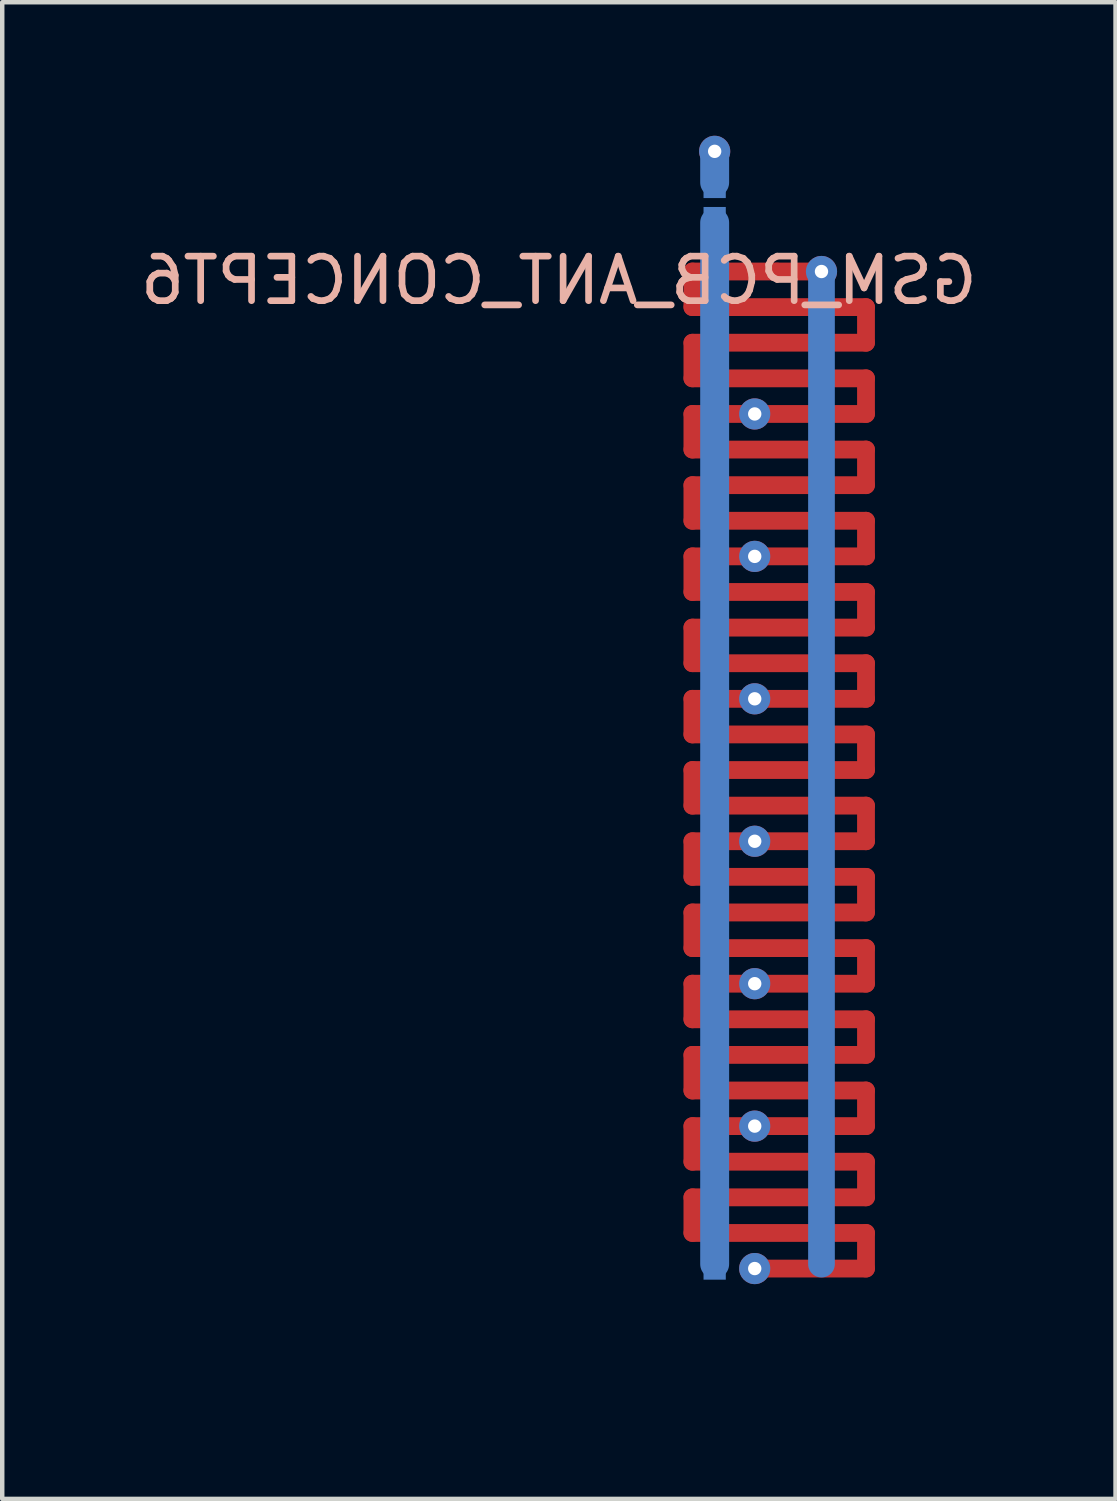
<source format=kicad_pcb>
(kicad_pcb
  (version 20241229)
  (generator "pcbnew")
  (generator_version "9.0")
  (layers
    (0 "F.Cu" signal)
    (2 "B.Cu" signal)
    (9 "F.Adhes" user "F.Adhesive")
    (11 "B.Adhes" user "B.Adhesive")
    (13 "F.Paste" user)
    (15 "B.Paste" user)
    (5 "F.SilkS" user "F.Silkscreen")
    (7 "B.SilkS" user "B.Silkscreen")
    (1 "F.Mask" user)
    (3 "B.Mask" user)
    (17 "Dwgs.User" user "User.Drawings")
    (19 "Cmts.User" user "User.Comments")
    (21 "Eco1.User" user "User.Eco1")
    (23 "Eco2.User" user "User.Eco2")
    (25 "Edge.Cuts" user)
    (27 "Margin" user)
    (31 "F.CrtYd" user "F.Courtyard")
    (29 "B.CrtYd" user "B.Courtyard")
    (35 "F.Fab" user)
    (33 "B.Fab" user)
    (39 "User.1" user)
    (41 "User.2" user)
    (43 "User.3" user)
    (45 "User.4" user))
  (footprint "GSM_PCB_ANT_CONCEPT6"
    (layer "F.Cu")
    (at 14.406 3.05)
    (property "Reference" "GSM_PCB_ANT_CONCEPT6" (at -4.9 0.2 0) (layer "B.SilkS") (effects (font (size 1 1) (thickness 0.15)) (justify mirror)))
    (attr through_hole)
    (fp_line (start -1.9 0) (end -1.9 0.8) (stroke (width 0.4) (type solid)) (layer "F.Cu"))
    (fp_line (start -1.9 1.6) (end -1.9 2.4) (stroke (width 0.4) (type solid)) (layer "F.Cu"))
    (fp_line (start -1.9 3.2) (end -1.9 4) (stroke (width 0.4) (type solid)) (layer "F.Cu"))
    (fp_line (start -1.9 4.8) (end -1.9 5.6) (stroke (width 0.4) (type solid)) (layer "F.Cu"))
    (fp_line (start -1.9 6.4) (end -1.9 7.2) (stroke (width 0.4) (type solid)) (layer "F.Cu"))
    (fp_line (start -1.9 8) (end -1.9 8.8) (stroke (width 0.4) (type solid)) (layer "F.Cu"))
    (fp_line (start -1.9 9.6) (end -1.9 10.4) (stroke (width 0.4) (type solid)) (layer "F.Cu"))
    (fp_line (start -1.9 11.2) (end -1.9 12) (stroke (width 0.4) (type solid)) (layer "F.Cu"))
    (fp_line (start -1.9 12.8) (end -1.9 13.6) (stroke (width 0.4) (type solid)) (layer "F.Cu"))
    (fp_line (start -1.9 14.4) (end -1.9 15.2) (stroke (width 0.4) (type solid)) (layer "F.Cu"))
    (fp_line (start -1.9 16) (end -1.9 16.8) (stroke (width 0.4) (type solid)) (layer "F.Cu"))
    (fp_line (start -1.9 17.6) (end -1.9 18.4) (stroke (width 0.4) (type solid)) (layer "F.Cu"))
    (fp_line (start -1.9 19.2) (end -1.9 20) (stroke (width 0.4) (type solid)) (layer "F.Cu"))
    (fp_line (start -1.9 20.8) (end -1.9 21.6) (stroke (width 0.4) (type solid)) (layer "F.Cu"))
    (fp_line (start 0 0) (end -1.9 0) (stroke (width 0.4) (type solid)) (layer "F.Cu"))
    (fp_line (start 1 0) (end 0 0) (stroke (width 0.4) (type solid)) (layer "F.Cu"))
    (fp_line (start 2 0.8) (end -1.9 0.8) (stroke (width 0.4) (type solid)) (layer "F.Cu"))
    (fp_line (start 2 0.8) (end 2 1.6) (stroke (width 0.4) (type solid)) (layer "F.Cu"))
    (fp_line (start 2 1.6) (end -1.9 1.6) (stroke (width 0.4) (type solid)) (layer "F.Cu"))
    (fp_line (start 2 2.4) (end -1.9 2.4) (stroke (width 0.4) (type solid)) (layer "F.Cu"))
    (fp_line (start 2 2.4) (end 2 3.2) (stroke (width 0.4) (type solid)) (layer "F.Cu"))
    (fp_line (start 2 3.2) (end -1.9 3.2) (stroke (width 0.4) (type solid)) (layer "F.Cu"))
    (fp_line (start 2 4) (end -1.9 4) (stroke (width 0.4) (type solid)) (layer "F.Cu"))
    (fp_line (start 2 4) (end 2 4.8) (stroke (width 0.4) (type solid)) (layer "F.Cu"))
    (fp_line (start 2 4.8) (end -1.9 4.8) (stroke (width 0.4) (type solid)) (layer "F.Cu"))
    (fp_line (start 2 5.6) (end -1.9 5.6) (stroke (width 0.4) (type solid)) (layer "F.Cu"))
    (fp_line (start 2 5.6) (end 2 6.4) (stroke (width 0.4) (type solid)) (layer "F.Cu"))
    (fp_line (start 2 6.4) (end -1.9 6.4) (stroke (width 0.4) (type solid)) (layer "F.Cu"))
    (fp_line (start 2 7.2) (end -1.9 7.2) (stroke (width 0.4) (type solid)) (layer "F.Cu"))
    (fp_line (start 2 7.2) (end 2 8) (stroke (width 0.4) (type solid)) (layer "F.Cu"))
    (fp_line (start 2 8) (end -1.9 8) (stroke (width 0.4) (type solid)) (layer "F.Cu"))
    (fp_line (start 2 8.8) (end -1.9 8.8) (stroke (width 0.4) (type solid)) (layer "F.Cu"))
    (fp_line (start 2 8.8) (end 2 9.6) (stroke (width 0.4) (type solid)) (layer "F.Cu"))
    (fp_line (start 2 9.6) (end -1.9 9.6) (stroke (width 0.4) (type solid)) (layer "F.Cu"))
    (fp_line (start 2 10.4) (end -1.9 10.4) (stroke (width 0.4) (type solid)) (layer "F.Cu"))
    (fp_line (start 2 10.4) (end 2 11.2) (stroke (width 0.4) (type solid)) (layer "F.Cu"))
    (fp_line (start 2 11.2) (end -1.9 11.2) (stroke (width 0.4) (type solid)) (layer "F.Cu"))
    (fp_line (start 2 12) (end -1.9 12) (stroke (width 0.4) (type solid)) (layer "F.Cu"))
    (fp_line (start 2 12) (end 2 12.8) (stroke (width 0.4) (type solid)) (layer "F.Cu"))
    (fp_line (start 2 12.8) (end -1.9 12.8) (stroke (width 0.4) (type solid)) (layer "F.Cu"))
    (fp_line (start 2 13.6) (end -1.9 13.6) (stroke (width 0.4) (type solid)) (layer "F.Cu"))
    (fp_line (start 2 13.6) (end 2 14.4) (stroke (width 0.4) (type solid)) (layer "F.Cu"))
    (fp_line (start 2 14.4) (end -1.9 14.4) (stroke (width 0.4) (type solid)) (layer "F.Cu"))
    (fp_line (start 2 15.2) (end -1.9 15.2) (stroke (width 0.4) (type solid)) (layer "F.Cu"))
    (fp_line (start 2 15.2) (end 2 16) (stroke (width 0.4) (type solid)) (layer "F.Cu"))
    (fp_line (start 2 16) (end -1.9 16) (stroke (width 0.4) (type solid)) (layer "F.Cu"))
    (fp_line (start 2 16.8) (end -1.9 16.8) (stroke (width 0.4) (type solid)) (layer "F.Cu"))
    (fp_line (start 2 16.8) (end 2 17.6) (stroke (width 0.4) (type solid)) (layer "F.Cu"))
    (fp_line (start 2 17.6) (end -1.9 17.6) (stroke (width 0.4) (type solid)) (layer "F.Cu"))
    (fp_line (start 2 18.4) (end -1.9 18.4) (stroke (width 0.4) (type solid)) (layer "F.Cu"))
    (fp_line (start 2 18.4) (end 2 19.2) (stroke (width 0.4) (type solid)) (layer "F.Cu"))
    (fp_line (start 2 19.2) (end -1.9 19.2) (stroke (width 0.4) (type solid)) (layer "F.Cu"))
    (fp_line (start 2 20) (end -1.9 20) (stroke (width 0.4) (type solid)) (layer "F.Cu"))
    (fp_line (start 2 20) (end 2 20.8) (stroke (width 0.4) (type solid)) (layer "F.Cu"))
    (fp_line (start 2 20.8) (end -1.9 20.8) (stroke (width 0.4) (type solid)) (layer "F.Cu"))
    (fp_line (start 2 21.6) (end -1.9 21.6) (stroke (width 0.4) (type solid)) (layer "F.Cu"))
    (fp_line (start 2 21.6) (end 2 22.4) (stroke (width 0.4) (type solid)) (layer "F.Cu"))
    (fp_line (start 2 22.4) (end -0.5 22.4) (stroke (width 0.4) (type solid)) (layer "F.Cu"))
    (fp_line (start -1.4 -2.7) (end -1.4 -2) (stroke (width 0.65) (type solid)) (layer "B.Cu"))
    (fp_line (start -1.4 -1.1) (end -1.4 22.3) (stroke (width 0.65) (type solid)) (layer "B.Cu"))
    (fp_line (start 1 0) (end 1 22.3) (stroke (width 0.6) (type solid)) (layer "B.Cu"))
    (fp_line (start -2.15 -2.3) (end -2.15 22.6) (stroke (width 0.05) (type solid)) (layer "Eco1.User"))
    (fp_line (start -2.15 -2.3) (end 2.25 -2.3) (stroke (width 0.05) (type solid)) (layer "Eco1.User"))
    (fp_line (start -2.15 22.6) (end 2.05 22.6) (stroke (width 0.05) (type solid)) (layer "Eco1.User"))
    (fp_line (start -2.15 22.7) (end -2.15 22.8) (stroke (width 0.05) (type solid)) (layer "Eco1.User"))
    (fp_line (start -2.15 22.95) (end -2.15 23.05) (stroke (width 0.05) (type solid)) (layer "Eco1.User"))
    (fp_line (start -2.15 23.2) (end -2.15 23.3) (stroke (width 0.05) (type solid)) (layer "Eco1.User"))
    (fp_line (start -2.15 23.45) (end -2.15 23.55) (stroke (width 0.05) (type solid)) (layer "Eco1.User"))
    (fp_line (start -2.15 23.7) (end -2.15 23.8) (stroke (width 0.05) (type solid)) (layer "Eco1.User"))
    (fp_line (start -2.15 23.95) (end -2.15 24.05) (stroke (width 0.05) (type solid)) (layer "Eco1.User"))
    (fp_line (start -2.15 24.2) (end -2.15 24.3) (stroke (width 0.05) (type solid)) (layer "Eco1.User"))
    (fp_line (start -2.15 24.45) (end -2.15 24.55) (stroke (width 0.05) (type solid)) (layer "Eco1.User"))
    (fp_line (start -2.15 24.55) (end -2.05 24.55) (stroke (width 0.05) (type solid)) (layer "Eco1.User"))
    (fp_line (start -1.9 24.55) (end -1.8 24.55) (stroke (width 0.05) (type solid)) (layer "Eco1.User"))
    (fp_line (start -1.65 24.55) (end -1.55 24.55) (stroke (width 0.05) (type solid)) (layer "Eco1.User"))
    (fp_line (start -1.4 24.55) (end -1.3 24.55) (stroke (width 0.05) (type solid)) (layer "Eco1.User"))
    (fp_line (start -1.15 24.55) (end -1.05 24.55) (stroke (width 0.05) (type solid)) (layer "Eco1.User"))
    (fp_line (start -0.9 24.55) (end -0.8 24.55) (stroke (width 0.05) (type solid)) (layer "Eco1.User"))
    (fp_line (start -0.65 24.55) (end -0.55 24.55) (stroke (width 0.05) (type solid)) (layer "Eco1.User"))
    (fp_line (start -0.45 -0.325) (end -0.45 0.325) (stroke (width 0.05) (type solid)) (layer "Eco1.User"))
    (fp_line (start -0.45 -0.325) (end 0.45 -0.325) (stroke (width 0.05) (type solid)) (layer "Eco1.User"))
    (fp_line (start -0.45 0.325) (end 0.45 0.325) (stroke (width 0.05) (type solid)) (layer "Eco1.User"))
    (fp_line (start -0.4 24.55) (end -0.3 24.55) (stroke (width 0.05) (type solid)) (layer "Eco1.User"))
    (fp_line (start -0.15 24.55) (end -0.05 24.55) (stroke (width 0.05) (type solid)) (layer "Eco1.User"))
    (fp_line (start 0.1 24.55) (end 0.15 24.55) (stroke (width 0.05) (type solid)) (layer "Eco1.User"))
    (fp_line (start 0.275 24.375) (end 0.2 24.45) (stroke (width 0.05) (type solid)) (layer "Eco1.User"))
    (fp_line (start 0.45 -0.325) (end 0.45 0.325) (stroke (width 0.05) (type solid)) (layer "Eco1.User"))
    (fp_line (start 0.45 24.2) (end 0.375 24.275) (stroke (width 0.05) (type solid)) (layer "Eco1.User"))
    (fp_line (start 0.625 24.025) (end 0.55 24.1) (stroke (width 0.05) (type solid)) (layer "Eco1.User"))
    (fp_line (start 0.8 23.85) (end 0.725 23.925) (stroke (width 0.05) (type solid)) (layer "Eco1.User"))
    (fp_line (start 0.975 23.675) (end 0.9 23.75) (stroke (width 0.05) (type solid)) (layer "Eco1.User"))
    (fp_line (start 1.15 23.5) (end 1.075 23.575) (stroke (width 0.05) (type solid)) (layer "Eco1.User"))
    (fp_line (start 1.325 23.325) (end 1.25 23.4) (stroke (width 0.05) (type solid)) (layer "Eco1.User"))
    (fp_line (start 1.525 23.125) (end 1.45 23.2) (stroke (width 0.05) (type solid)) (layer "Eco1.User"))
    (fp_line (start 1.725 22.925) (end 1.65 23) (stroke (width 0.05) (type solid)) (layer "Eco1.User"))
    (fp_line (start 1.913 22.738) (end 1.837 22.812) (stroke (width 0.05) (type solid)) (layer "Eco1.User"))
    (fp_line (start 2.25 -2.3) (end 2.25 22.4) (stroke (width 0.05) (type solid)) (layer "Eco1.User"))
    (fp_line (start 2.25 22.4) (end 2.05 22.6) (stroke (width 0.05) (type solid)) (layer "Eco1.User"))
    (pad "1" smd rect (at 0 0) (size 0.2 0.2) (layers "F.Cu"))
    (pad "2" thru_hole circle (at -1.4 -2.7) (size 0.7 0.7) (drill 0.3) (layers "*.Cu"))
    (pad "2" smd rect (at -1.4 -1.9) (size 0.5 0.5) (layers "B.Cu" "B.Mask"))
    (pad "2" smd rect (at -1.4 -1.2) (size 0.5 0.5) (layers "B.Cu" "B.Mask"))
    (pad "2" smd rect (at -1.4 3.2) (size 0.5 0.5) (layers "B.Cu" "B.Mask"))
    (pad "2" smd rect (at -1.4 6.4) (size 0.5 0.5) (layers "B.Cu" "B.Mask"))
    (pad "2" smd rect (at -1.4 9.6) (size 0.5 0.5) (layers "B.Cu" "B.Mask"))
    (pad "2" smd rect (at -1.4 12.8) (size 0.5 0.5) (layers "B.Cu" "B.Mask"))
    (pad "2" smd rect (at -1.4 16) (size 0.5 0.5) (layers "B.Cu" "B.Mask"))
    (pad "2" smd rect (at -1.4 19.2) (size 0.5 0.5) (layers "B.Cu" "B.Mask"))
    (pad "2" smd rect (at -1.4 22.4) (size 0.5 0.5) (layers "B.Cu" "B.Mask"))
    (pad "2" thru_hole circle (at -0.5 3.2) (size 0.7 0.7) (drill 0.3) (layers "*.Cu" "B.Mask"))
    (pad "2" thru_hole circle (at -0.5 6.4) (size 0.7 0.7) (drill 0.3) (layers "*.Cu" "B.Mask"))
    (pad "2" thru_hole circle (at -0.5 9.6) (size 0.7 0.7) (drill 0.3) (layers "*.Cu" "B.Mask"))
    (pad "2" thru_hole circle (at -0.5 12.8) (size 0.7 0.7) (drill 0.3) (layers "*.Cu" "B.Mask"))
    (pad "2" thru_hole circle (at -0.5 16) (size 0.7 0.7) (drill 0.3) (layers "*.Cu" "B.Mask"))
    (pad "2" thru_hole circle (at -0.5 19.2) (size 0.7 0.7) (drill 0.3) (layers "*.Cu" "B.Mask"))
    (pad "2" thru_hole circle (at -0.5 22.4) (size 0.7 0.7) (drill 0.3) (layers "*.Cu" "B.Mask"))
    (pad "2" thru_hole circle (at 1 0) (size 0.7 0.7) (drill 0.3) (layers "*.Cu" "B.Mask")))
  (gr_rect
    (start -3 -3)
    (end 22.012 30.625)
    (stroke (width 0.1) (type default))
    (fill no)
    (layer "Edge.Cuts")))
</source>
